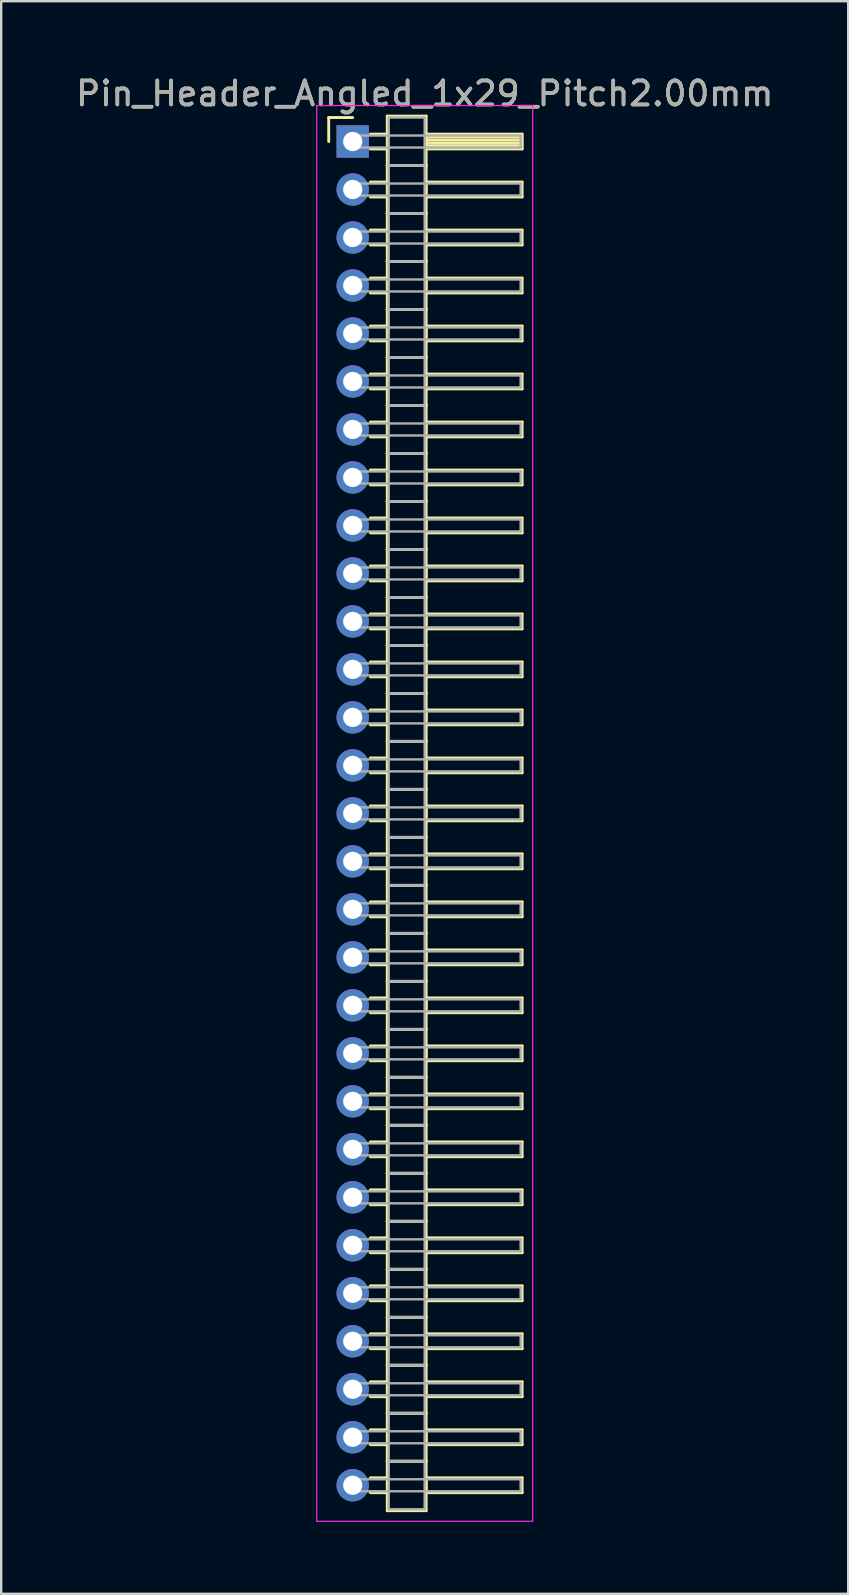
<source format=kicad_pcb>
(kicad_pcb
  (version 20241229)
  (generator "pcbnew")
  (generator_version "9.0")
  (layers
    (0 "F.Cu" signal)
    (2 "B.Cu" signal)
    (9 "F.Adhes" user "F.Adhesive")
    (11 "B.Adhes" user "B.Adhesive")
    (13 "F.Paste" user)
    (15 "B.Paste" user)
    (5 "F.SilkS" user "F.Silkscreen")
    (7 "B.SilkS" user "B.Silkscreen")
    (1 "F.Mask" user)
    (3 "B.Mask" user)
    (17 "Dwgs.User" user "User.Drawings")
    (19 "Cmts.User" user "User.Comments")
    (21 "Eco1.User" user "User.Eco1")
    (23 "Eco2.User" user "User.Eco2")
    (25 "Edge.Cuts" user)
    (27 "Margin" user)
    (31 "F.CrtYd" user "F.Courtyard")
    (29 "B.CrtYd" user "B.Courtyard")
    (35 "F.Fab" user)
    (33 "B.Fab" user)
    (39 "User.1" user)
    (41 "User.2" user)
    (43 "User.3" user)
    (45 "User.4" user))
  (footprint "Pin_Header_Angled_1x29_Pitch2.00mm"
    (layer "F.Cu")
    (at 11.649 2.848)
    (property "Reference" "Pin_Header_Angled_1x29_Pitch2.00mm" (at 3 -2 0) (layer "F.SilkS") (effects (font (size 1 1) (thickness 0.15))))
    (attr through_hole)
    (fp_line (start -1 -1) (end 0 -1) (stroke (width 0.12) (type solid)) (layer "F.SilkS"))
    (fp_line (start -1 0) (end -1 -1) (stroke (width 0.12) (type solid)) (layer "F.SilkS"))
    (fp_line (start 0.735 -0.31) (end 1.44 -0.31) (stroke (width 0.12) (type solid)) (layer "F.SilkS"))
    (fp_line (start 0.735 0.31) (end 1.44 0.31) (stroke (width 0.12) (type solid)) (layer "F.SilkS"))
    (fp_line (start 0.735 1.69) (end 1.44 1.69) (stroke (width 0.12) (type solid)) (layer "F.SilkS"))
    (fp_line (start 0.735 2.31) (end 1.44 2.31) (stroke (width 0.12) (type solid)) (layer "F.SilkS"))
    (fp_line (start 0.735 3.69) (end 1.44 3.69) (stroke (width 0.12) (type solid)) (layer "F.SilkS"))
    (fp_line (start 0.735 4.31) (end 1.44 4.31) (stroke (width 0.12) (type solid)) (layer "F.SilkS"))
    (fp_line (start 0.735 5.69) (end 1.44 5.69) (stroke (width 0.12) (type solid)) (layer "F.SilkS"))
    (fp_line (start 0.735 6.31) (end 1.44 6.31) (stroke (width 0.12) (type solid)) (layer "F.SilkS"))
    (fp_line (start 0.735 7.69) (end 1.44 7.69) (stroke (width 0.12) (type solid)) (layer "F.SilkS"))
    (fp_line (start 0.735 8.31) (end 1.44 8.31) (stroke (width 0.12) (type solid)) (layer "F.SilkS"))
    (fp_line (start 0.735 9.69) (end 1.44 9.69) (stroke (width 0.12) (type solid)) (layer "F.SilkS"))
    (fp_line (start 0.735 10.31) (end 1.44 10.31) (stroke (width 0.12) (type solid)) (layer "F.SilkS"))
    (fp_line (start 0.735 11.69) (end 1.44 11.69) (stroke (width 0.12) (type solid)) (layer "F.SilkS"))
    (fp_line (start 0.735 12.31) (end 1.44 12.31) (stroke (width 0.12) (type solid)) (layer "F.SilkS"))
    (fp_line (start 0.735 13.69) (end 1.44 13.69) (stroke (width 0.12) (type solid)) (layer "F.SilkS"))
    (fp_line (start 0.735 14.31) (end 1.44 14.31) (stroke (width 0.12) (type solid)) (layer "F.SilkS"))
    (fp_line (start 0.735 15.69) (end 1.44 15.69) (stroke (width 0.12) (type solid)) (layer "F.SilkS"))
    (fp_line (start 0.735 16.31) (end 1.44 16.31) (stroke (width 0.12) (type solid)) (layer "F.SilkS"))
    (fp_line (start 0.735 17.69) (end 1.44 17.69) (stroke (width 0.12) (type solid)) (layer "F.SilkS"))
    (fp_line (start 0.735 18.31) (end 1.44 18.31) (stroke (width 0.12) (type solid)) (layer "F.SilkS"))
    (fp_line (start 0.735 19.69) (end 1.44 19.69) (stroke (width 0.12) (type solid)) (layer "F.SilkS"))
    (fp_line (start 0.735 20.31) (end 1.44 20.31) (stroke (width 0.12) (type solid)) (layer "F.SilkS"))
    (fp_line (start 0.735 21.69) (end 1.44 21.69) (stroke (width 0.12) (type solid)) (layer "F.SilkS"))
    (fp_line (start 0.735 22.31) (end 1.44 22.31) (stroke (width 0.12) (type solid)) (layer "F.SilkS"))
    (fp_line (start 0.735 23.69) (end 1.44 23.69) (stroke (width 0.12) (type solid)) (layer "F.SilkS"))
    (fp_line (start 0.735 24.31) (end 1.44 24.31) (stroke (width 0.12) (type solid)) (layer "F.SilkS"))
    (fp_line (start 0.735 25.69) (end 1.44 25.69) (stroke (width 0.12) (type solid)) (layer "F.SilkS"))
    (fp_line (start 0.735 26.31) (end 1.44 26.31) (stroke (width 0.12) (type solid)) (layer "F.SilkS"))
    (fp_line (start 0.735 27.69) (end 1.44 27.69) (stroke (width 0.12) (type solid)) (layer "F.SilkS"))
    (fp_line (start 0.735 28.31) (end 1.44 28.31) (stroke (width 0.12) (type solid)) (layer "F.SilkS"))
    (fp_line (start 0.735 29.69) (end 1.44 29.69) (stroke (width 0.12) (type solid)) (layer "F.SilkS"))
    (fp_line (start 0.735 30.31) (end 1.44 30.31) (stroke (width 0.12) (type solid)) (layer "F.SilkS"))
    (fp_line (start 0.735 31.69) (end 1.44 31.69) (stroke (width 0.12) (type solid)) (layer "F.SilkS"))
    (fp_line (start 0.735 32.31) (end 1.44 32.31) (stroke (width 0.12) (type solid)) (layer "F.SilkS"))
    (fp_line (start 0.735 33.69) (end 1.44 33.69) (stroke (width 0.12) (type solid)) (layer "F.SilkS"))
    (fp_line (start 0.735 34.31) (end 1.44 34.31) (stroke (width 0.12) (type solid)) (layer "F.SilkS"))
    (fp_line (start 0.735 35.69) (end 1.44 35.69) (stroke (width 0.12) (type solid)) (layer "F.SilkS"))
    (fp_line (start 0.735 36.31) (end 1.44 36.31) (stroke (width 0.12) (type solid)) (layer "F.SilkS"))
    (fp_line (start 0.735 37.69) (end 1.44 37.69) (stroke (width 0.12) (type solid)) (layer "F.SilkS"))
    (fp_line (start 0.735 38.31) (end 1.44 38.31) (stroke (width 0.12) (type solid)) (layer "F.SilkS"))
    (fp_line (start 0.735 39.69) (end 1.44 39.69) (stroke (width 0.12) (type solid)) (layer "F.SilkS"))
    (fp_line (start 0.735 40.31) (end 1.44 40.31) (stroke (width 0.12) (type solid)) (layer "F.SilkS"))
    (fp_line (start 0.735 41.69) (end 1.44 41.69) (stroke (width 0.12) (type solid)) (layer "F.SilkS"))
    (fp_line (start 0.735 42.31) (end 1.44 42.31) (stroke (width 0.12) (type solid)) (layer "F.SilkS"))
    (fp_line (start 0.735 43.69) (end 1.44 43.69) (stroke (width 0.12) (type solid)) (layer "F.SilkS"))
    (fp_line (start 0.735 44.31) (end 1.44 44.31) (stroke (width 0.12) (type solid)) (layer "F.SilkS"))
    (fp_line (start 0.735 45.69) (end 1.44 45.69) (stroke (width 0.12) (type solid)) (layer "F.SilkS"))
    (fp_line (start 0.735 46.31) (end 1.44 46.31) (stroke (width 0.12) (type solid)) (layer "F.SilkS"))
    (fp_line (start 0.735 47.69) (end 1.44 47.69) (stroke (width 0.12) (type solid)) (layer "F.SilkS"))
    (fp_line (start 0.735 48.31) (end 1.44 48.31) (stroke (width 0.12) (type solid)) (layer "F.SilkS"))
    (fp_line (start 0.735 49.69) (end 1.44 49.69) (stroke (width 0.12) (type solid)) (layer "F.SilkS"))
    (fp_line (start 0.735 50.31) (end 1.44 50.31) (stroke (width 0.12) (type solid)) (layer "F.SilkS"))
    (fp_line (start 0.735 51.69) (end 1.44 51.69) (stroke (width 0.12) (type solid)) (layer "F.SilkS"))
    (fp_line (start 0.735 52.31) (end 1.44 52.31) (stroke (width 0.12) (type solid)) (layer "F.SilkS"))
    (fp_line (start 0.735 53.69) (end 1.44 53.69) (stroke (width 0.12) (type solid)) (layer "F.SilkS"))
    (fp_line (start 0.735 54.31) (end 1.44 54.31) (stroke (width 0.12) (type solid)) (layer "F.SilkS"))
    (fp_line (start 0.735 55.69) (end 1.44 55.69) (stroke (width 0.12) (type solid)) (layer "F.SilkS"))
    (fp_line (start 0.735 56.31) (end 1.44 56.31) (stroke (width 0.12) (type solid)) (layer "F.SilkS"))
    (fp_line (start 1.44 -1.06) (end 1.44 1) (stroke (width 0.12) (type solid)) (layer "F.SilkS"))
    (fp_line (start 1.44 1) (end 1.44 3) (stroke (width 0.12) (type solid)) (layer "F.SilkS"))
    (fp_line (start 1.44 1) (end 3.06 1) (stroke (width 0.12) (type solid)) (layer "F.SilkS"))
    (fp_line (start 1.44 3) (end 1.44 5) (stroke (width 0.12) (type solid)) (layer "F.SilkS"))
    (fp_line (start 1.44 3) (end 3.06 3) (stroke (width 0.12) (type solid)) (layer "F.SilkS"))
    (fp_line (start 1.44 5) (end 1.44 7) (stroke (width 0.12) (type solid)) (layer "F.SilkS"))
    (fp_line (start 1.44 5) (end 3.06 5) (stroke (width 0.12) (type solid)) (layer "F.SilkS"))
    (fp_line (start 1.44 7) (end 1.44 9) (stroke (width 0.12) (type solid)) (layer "F.SilkS"))
    (fp_line (start 1.44 7) (end 3.06 7) (stroke (width 0.12) (type solid)) (layer "F.SilkS"))
    (fp_line (start 1.44 9) (end 1.44 11) (stroke (width 0.12) (type solid)) (layer "F.SilkS"))
    (fp_line (start 1.44 9) (end 3.06 9) (stroke (width 0.12) (type solid)) (layer "F.SilkS"))
    (fp_line (start 1.44 11) (end 1.44 13) (stroke (width 0.12) (type solid)) (layer "F.SilkS"))
    (fp_line (start 1.44 11) (end 3.06 11) (stroke (width 0.12) (type solid)) (layer "F.SilkS"))
    (fp_line (start 1.44 13) (end 1.44 15) (stroke (width 0.12) (type solid)) (layer "F.SilkS"))
    (fp_line (start 1.44 13) (end 3.06 13) (stroke (width 0.12) (type solid)) (layer "F.SilkS"))
    (fp_line (start 1.44 15) (end 1.44 17) (stroke (width 0.12) (type solid)) (layer "F.SilkS"))
    (fp_line (start 1.44 15) (end 3.06 15) (stroke (width 0.12) (type solid)) (layer "F.SilkS"))
    (fp_line (start 1.44 17) (end 1.44 19) (stroke (width 0.12) (type solid)) (layer "F.SilkS"))
    (fp_line (start 1.44 17) (end 3.06 17) (stroke (width 0.12) (type solid)) (layer "F.SilkS"))
    (fp_line (start 1.44 19) (end 1.44 21) (stroke (width 0.12) (type solid)) (layer "F.SilkS"))
    (fp_line (start 1.44 19) (end 3.06 19) (stroke (width 0.12) (type solid)) (layer "F.SilkS"))
    (fp_line (start 1.44 21) (end 1.44 23) (stroke (width 0.12) (type solid)) (layer "F.SilkS"))
    (fp_line (start 1.44 21) (end 3.06 21) (stroke (width 0.12) (type solid)) (layer "F.SilkS"))
    (fp_line (start 1.44 23) (end 1.44 25) (stroke (width 0.12) (type solid)) (layer "F.SilkS"))
    (fp_line (start 1.44 23) (end 3.06 23) (stroke (width 0.12) (type solid)) (layer "F.SilkS"))
    (fp_line (start 1.44 25) (end 1.44 27) (stroke (width 0.12) (type solid)) (layer "F.SilkS"))
    (fp_line (start 1.44 25) (end 3.06 25) (stroke (width 0.12) (type solid)) (layer "F.SilkS"))
    (fp_line (start 1.44 27) (end 1.44 29) (stroke (width 0.12) (type solid)) (layer "F.SilkS"))
    (fp_line (start 1.44 27) (end 3.06 27) (stroke (width 0.12) (type solid)) (layer "F.SilkS"))
    (fp_line (start 1.44 29) (end 1.44 31) (stroke (width 0.12) (type solid)) (layer "F.SilkS"))
    (fp_line (start 1.44 29) (end 3.06 29) (stroke (width 0.12) (type solid)) (layer "F.SilkS"))
    (fp_line (start 1.44 31) (end 1.44 33) (stroke (width 0.12) (type solid)) (layer "F.SilkS"))
    (fp_line (start 1.44 31) (end 3.06 31) (stroke (width 0.12) (type solid)) (layer "F.SilkS"))
    (fp_line (start 1.44 33) (end 1.44 35) (stroke (width 0.12) (type solid)) (layer "F.SilkS"))
    (fp_line (start 1.44 33) (end 3.06 33) (stroke (width 0.12) (type solid)) (layer "F.SilkS"))
    (fp_line (start 1.44 35) (end 1.44 37) (stroke (width 0.12) (type solid)) (layer "F.SilkS"))
    (fp_line (start 1.44 35) (end 3.06 35) (stroke (width 0.12) (type solid)) (layer "F.SilkS"))
    (fp_line (start 1.44 37) (end 1.44 39) (stroke (width 0.12) (type solid)) (layer "F.SilkS"))
    (fp_line (start 1.44 37) (end 3.06 37) (stroke (width 0.12) (type solid)) (layer "F.SilkS"))
    (fp_line (start 1.44 39) (end 1.44 41) (stroke (width 0.12) (type solid)) (layer "F.SilkS"))
    (fp_line (start 1.44 39) (end 3.06 39) (stroke (width 0.12) (type solid)) (layer "F.SilkS"))
    (fp_line (start 1.44 41) (end 1.44 43) (stroke (width 0.12) (type solid)) (layer "F.SilkS"))
    (fp_line (start 1.44 41) (end 3.06 41) (stroke (width 0.12) (type solid)) (layer "F.SilkS"))
    (fp_line (start 1.44 43) (end 1.44 45) (stroke (width 0.12) (type solid)) (layer "F.SilkS"))
    (fp_line (start 1.44 43) (end 3.06 43) (stroke (width 0.12) (type solid)) (layer "F.SilkS"))
    (fp_line (start 1.44 45) (end 1.44 47) (stroke (width 0.12) (type solid)) (layer "F.SilkS"))
    (fp_line (start 1.44 45) (end 3.06 45) (stroke (width 0.12) (type solid)) (layer "F.SilkS"))
    (fp_line (start 1.44 47) (end 1.44 49) (stroke (width 0.12) (type solid)) (layer "F.SilkS"))
    (fp_line (start 1.44 47) (end 3.06 47) (stroke (width 0.12) (type solid)) (layer "F.SilkS"))
    (fp_line (start 1.44 49) (end 1.44 51) (stroke (width 0.12) (type solid)) (layer "F.SilkS"))
    (fp_line (start 1.44 49) (end 3.06 49) (stroke (width 0.12) (type solid)) (layer "F.SilkS"))
    (fp_line (start 1.44 51) (end 1.44 53) (stroke (width 0.12) (type solid)) (layer "F.SilkS"))
    (fp_line (start 1.44 51) (end 3.06 51) (stroke (width 0.12) (type solid)) (layer "F.SilkS"))
    (fp_line (start 1.44 53) (end 1.44 55) (stroke (width 0.12) (type solid)) (layer "F.SilkS"))
    (fp_line (start 1.44 53) (end 3.06 53) (stroke (width 0.12) (type solid)) (layer "F.SilkS"))
    (fp_line (start 1.44 55) (end 1.44 57.06) (stroke (width 0.12) (type solid)) (layer "F.SilkS"))
    (fp_line (start 1.44 55) (end 3.06 55) (stroke (width 0.12) (type solid)) (layer "F.SilkS"))
    (fp_line (start 1.44 57.06) (end 3.06 57.06) (stroke (width 0.12) (type solid)) (layer "F.SilkS"))
    (fp_line (start 3.06 -1.06) (end 1.44 -1.06) (stroke (width 0.12) (type solid)) (layer "F.SilkS"))
    (fp_line (start 3.06 -0.31) (end 3.06 0.31) (stroke (width 0.12) (type solid)) (layer "F.SilkS"))
    (fp_line (start 3.06 -0.19) (end 7.06 -0.19) (stroke (width 0.12) (type solid)) (layer "F.SilkS"))
    (fp_line (start 3.06 -0.07) (end 7.06 -0.07) (stroke (width 0.12) (type solid)) (layer "F.SilkS"))
    (fp_line (start 3.06 0.05) (end 7.06 0.05) (stroke (width 0.12) (type solid)) (layer "F.SilkS"))
    (fp_line (start 3.06 0.17) (end 7.06 0.17) (stroke (width 0.12) (type solid)) (layer "F.SilkS"))
    (fp_line (start 3.06 0.29) (end 7.06 0.29) (stroke (width 0.12) (type solid)) (layer "F.SilkS"))
    (fp_line (start 3.06 0.31) (end 7.06 0.31) (stroke (width 0.12) (type solid)) (layer "F.SilkS"))
    (fp_line (start 3.06 1) (end 1.44 1) (stroke (width 0.12) (type solid)) (layer "F.SilkS"))
    (fp_line (start 3.06 1) (end 3.06 -1.06) (stroke (width 0.12) (type solid)) (layer "F.SilkS"))
    (fp_line (start 3.06 1.69) (end 3.06 2.31) (stroke (width 0.12) (type solid)) (layer "F.SilkS"))
    (fp_line (start 3.06 2.31) (end 7.06 2.31) (stroke (width 0.12) (type solid)) (layer "F.SilkS"))
    (fp_line (start 3.06 3) (end 1.44 3) (stroke (width 0.12) (type solid)) (layer "F.SilkS"))
    (fp_line (start 3.06 3) (end 3.06 1) (stroke (width 0.12) (type solid)) (layer "F.SilkS"))
    (fp_line (start 3.06 3.69) (end 3.06 4.31) (stroke (width 0.12) (type solid)) (layer "F.SilkS"))
    (fp_line (start 3.06 4.31) (end 7.06 4.31) (stroke (width 0.12) (type solid)) (layer "F.SilkS"))
    (fp_line (start 3.06 5) (end 1.44 5) (stroke (width 0.12) (type solid)) (layer "F.SilkS"))
    (fp_line (start 3.06 5) (end 3.06 3) (stroke (width 0.12) (type solid)) (layer "F.SilkS"))
    (fp_line (start 3.06 5.69) (end 3.06 6.31) (stroke (width 0.12) (type solid)) (layer "F.SilkS"))
    (fp_line (start 3.06 6.31) (end 7.06 6.31) (stroke (width 0.12) (type solid)) (layer "F.SilkS"))
    (fp_line (start 3.06 7) (end 1.44 7) (stroke (width 0.12) (type solid)) (layer "F.SilkS"))
    (fp_line (start 3.06 7) (end 3.06 5) (stroke (width 0.12) (type solid)) (layer "F.SilkS"))
    (fp_line (start 3.06 7.69) (end 3.06 8.31) (stroke (width 0.12) (type solid)) (layer "F.SilkS"))
    (fp_line (start 3.06 8.31) (end 7.06 8.31) (stroke (width 0.12) (type solid)) (layer "F.SilkS"))
    (fp_line (start 3.06 9) (end 1.44 9) (stroke (width 0.12) (type solid)) (layer "F.SilkS"))
    (fp_line (start 3.06 9) (end 3.06 7) (stroke (width 0.12) (type solid)) (layer "F.SilkS"))
    (fp_line (start 3.06 9.69) (end 3.06 10.31) (stroke (width 0.12) (type solid)) (layer "F.SilkS"))
    (fp_line (start 3.06 10.31) (end 7.06 10.31) (stroke (width 0.12) (type solid)) (layer "F.SilkS"))
    (fp_line (start 3.06 11) (end 1.44 11) (stroke (width 0.12) (type solid)) (layer "F.SilkS"))
    (fp_line (start 3.06 11) (end 3.06 9) (stroke (width 0.12) (type solid)) (layer "F.SilkS"))
    (fp_line (start 3.06 11.69) (end 3.06 12.31) (stroke (width 0.12) (type solid)) (layer "F.SilkS"))
    (fp_line (start 3.06 12.31) (end 7.06 12.31) (stroke (width 0.12) (type solid)) (layer "F.SilkS"))
    (fp_line (start 3.06 13) (end 1.44 13) (stroke (width 0.12) (type solid)) (layer "F.SilkS"))
    (fp_line (start 3.06 13) (end 3.06 11) (stroke (width 0.12) (type solid)) (layer "F.SilkS"))
    (fp_line (start 3.06 13.69) (end 3.06 14.31) (stroke (width 0.12) (type solid)) (layer "F.SilkS"))
    (fp_line (start 3.06 14.31) (end 7.06 14.31) (stroke (width 0.12) (type solid)) (layer "F.SilkS"))
    (fp_line (start 3.06 15) (end 1.44 15) (stroke (width 0.12) (type solid)) (layer "F.SilkS"))
    (fp_line (start 3.06 15) (end 3.06 13) (stroke (width 0.12) (type solid)) (layer "F.SilkS"))
    (fp_line (start 3.06 15.69) (end 3.06 16.31) (stroke (width 0.12) (type solid)) (layer "F.SilkS"))
    (fp_line (start 3.06 16.31) (end 7.06 16.31) (stroke (width 0.12) (type solid)) (layer "F.SilkS"))
    (fp_line (start 3.06 17) (end 1.44 17) (stroke (width 0.12) (type solid)) (layer "F.SilkS"))
    (fp_line (start 3.06 17) (end 3.06 15) (stroke (width 0.12) (type solid)) (layer "F.SilkS"))
    (fp_line (start 3.06 17.69) (end 3.06 18.31) (stroke (width 0.12) (type solid)) (layer "F.SilkS"))
    (fp_line (start 3.06 18.31) (end 7.06 18.31) (stroke (width 0.12) (type solid)) (layer "F.SilkS"))
    (fp_line (start 3.06 19) (end 1.44 19) (stroke (width 0.12) (type solid)) (layer "F.SilkS"))
    (fp_line (start 3.06 19) (end 3.06 17) (stroke (width 0.12) (type solid)) (layer "F.SilkS"))
    (fp_line (start 3.06 19.69) (end 3.06 20.31) (stroke (width 0.12) (type solid)) (layer "F.SilkS"))
    (fp_line (start 3.06 20.31) (end 7.06 20.31) (stroke (width 0.12) (type solid)) (layer "F.SilkS"))
    (fp_line (start 3.06 21) (end 1.44 21) (stroke (width 0.12) (type solid)) (layer "F.SilkS"))
    (fp_line (start 3.06 21) (end 3.06 19) (stroke (width 0.12) (type solid)) (layer "F.SilkS"))
    (fp_line (start 3.06 21.69) (end 3.06 22.31) (stroke (width 0.12) (type solid)) (layer "F.SilkS"))
    (fp_line (start 3.06 22.31) (end 7.06 22.31) (stroke (width 0.12) (type solid)) (layer "F.SilkS"))
    (fp_line (start 3.06 23) (end 1.44 23) (stroke (width 0.12) (type solid)) (layer "F.SilkS"))
    (fp_line (start 3.06 23) (end 3.06 21) (stroke (width 0.12) (type solid)) (layer "F.SilkS"))
    (fp_line (start 3.06 23.69) (end 3.06 24.31) (stroke (width 0.12) (type solid)) (layer "F.SilkS"))
    (fp_line (start 3.06 24.31) (end 7.06 24.31) (stroke (width 0.12) (type solid)) (layer "F.SilkS"))
    (fp_line (start 3.06 25) (end 1.44 25) (stroke (width 0.12) (type solid)) (layer "F.SilkS"))
    (fp_line (start 3.06 25) (end 3.06 23) (stroke (width 0.12) (type solid)) (layer "F.SilkS"))
    (fp_line (start 3.06 25.69) (end 3.06 26.31) (stroke (width 0.12) (type solid)) (layer "F.SilkS"))
    (fp_line (start 3.06 26.31) (end 7.06 26.31) (stroke (width 0.12) (type solid)) (layer "F.SilkS"))
    (fp_line (start 3.06 27) (end 1.44 27) (stroke (width 0.12) (type solid)) (layer "F.SilkS"))
    (fp_line (start 3.06 27) (end 3.06 25) (stroke (width 0.12) (type solid)) (layer "F.SilkS"))
    (fp_line (start 3.06 27.69) (end 3.06 28.31) (stroke (width 0.12) (type solid)) (layer "F.SilkS"))
    (fp_line (start 3.06 28.31) (end 7.06 28.31) (stroke (width 0.12) (type solid)) (layer "F.SilkS"))
    (fp_line (start 3.06 29) (end 1.44 29) (stroke (width 0.12) (type solid)) (layer "F.SilkS"))
    (fp_line (start 3.06 29) (end 3.06 27) (stroke (width 0.12) (type solid)) (layer "F.SilkS"))
    (fp_line (start 3.06 29.69) (end 3.06 30.31) (stroke (width 0.12) (type solid)) (layer "F.SilkS"))
    (fp_line (start 3.06 30.31) (end 7.06 30.31) (stroke (width 0.12) (type solid)) (layer "F.SilkS"))
    (fp_line (start 3.06 31) (end 1.44 31) (stroke (width 0.12) (type solid)) (layer "F.SilkS"))
    (fp_line (start 3.06 31) (end 3.06 29) (stroke (width 0.12) (type solid)) (layer "F.SilkS"))
    (fp_line (start 3.06 31.69) (end 3.06 32.31) (stroke (width 0.12) (type solid)) (layer "F.SilkS"))
    (fp_line (start 3.06 32.31) (end 7.06 32.31) (stroke (width 0.12) (type solid)) (layer "F.SilkS"))
    (fp_line (start 3.06 33) (end 1.44 33) (stroke (width 0.12) (type solid)) (layer "F.SilkS"))
    (fp_line (start 3.06 33) (end 3.06 31) (stroke (width 0.12) (type solid)) (layer "F.SilkS"))
    (fp_line (start 3.06 33.69) (end 3.06 34.31) (stroke (width 0.12) (type solid)) (layer "F.SilkS"))
    (fp_line (start 3.06 34.31) (end 7.06 34.31) (stroke (width 0.12) (type solid)) (layer "F.SilkS"))
    (fp_line (start 3.06 35) (end 1.44 35) (stroke (width 0.12) (type solid)) (layer "F.SilkS"))
    (fp_line (start 3.06 35) (end 3.06 33) (stroke (width 0.12) (type solid)) (layer "F.SilkS"))
    (fp_line (start 3.06 35.69) (end 3.06 36.31) (stroke (width 0.12) (type solid)) (layer "F.SilkS"))
    (fp_line (start 3.06 36.31) (end 7.06 36.31) (stroke (width 0.12) (type solid)) (layer "F.SilkS"))
    (fp_line (start 3.06 37) (end 1.44 37) (stroke (width 0.12) (type solid)) (layer "F.SilkS"))
    (fp_line (start 3.06 37) (end 3.06 35) (stroke (width 0.12) (type solid)) (layer "F.SilkS"))
    (fp_line (start 3.06 37.69) (end 3.06 38.31) (stroke (width 0.12) (type solid)) (layer "F.SilkS"))
    (fp_line (start 3.06 38.31) (end 7.06 38.31) (stroke (width 0.12) (type solid)) (layer "F.SilkS"))
    (fp_line (start 3.06 39) (end 1.44 39) (stroke (width 0.12) (type solid)) (layer "F.SilkS"))
    (fp_line (start 3.06 39) (end 3.06 37) (stroke (width 0.12) (type solid)) (layer "F.SilkS"))
    (fp_line (start 3.06 39.69) (end 3.06 40.31) (stroke (width 0.12) (type solid)) (layer "F.SilkS"))
    (fp_line (start 3.06 40.31) (end 7.06 40.31) (stroke (width 0.12) (type solid)) (layer "F.SilkS"))
    (fp_line (start 3.06 41) (end 1.44 41) (stroke (width 0.12) (type solid)) (layer "F.SilkS"))
    (fp_line (start 3.06 41) (end 3.06 39) (stroke (width 0.12) (type solid)) (layer "F.SilkS"))
    (fp_line (start 3.06 41.69) (end 3.06 42.31) (stroke (width 0.12) (type solid)) (layer "F.SilkS"))
    (fp_line (start 3.06 42.31) (end 7.06 42.31) (stroke (width 0.12) (type solid)) (layer "F.SilkS"))
    (fp_line (start 3.06 43) (end 1.44 43) (stroke (width 0.12) (type solid)) (layer "F.SilkS"))
    (fp_line (start 3.06 43) (end 3.06 41) (stroke (width 0.12) (type solid)) (layer "F.SilkS"))
    (fp_line (start 3.06 43.69) (end 3.06 44.31) (stroke (width 0.12) (type solid)) (layer "F.SilkS"))
    (fp_line (start 3.06 44.31) (end 7.06 44.31) (stroke (width 0.12) (type solid)) (layer "F.SilkS"))
    (fp_line (start 3.06 45) (end 1.44 45) (stroke (width 0.12) (type solid)) (layer "F.SilkS"))
    (fp_line (start 3.06 45) (end 3.06 43) (stroke (width 0.12) (type solid)) (layer "F.SilkS"))
    (fp_line (start 3.06 45.69) (end 3.06 46.31) (stroke (width 0.12) (type solid)) (layer "F.SilkS"))
    (fp_line (start 3.06 46.31) (end 7.06 46.31) (stroke (width 0.12) (type solid)) (layer "F.SilkS"))
    (fp_line (start 3.06 47) (end 1.44 47) (stroke (width 0.12) (type solid)) (layer "F.SilkS"))
    (fp_line (start 3.06 47) (end 3.06 45) (stroke (width 0.12) (type solid)) (layer "F.SilkS"))
    (fp_line (start 3.06 47.69) (end 3.06 48.31) (stroke (width 0.12) (type solid)) (layer "F.SilkS"))
    (fp_line (start 3.06 48.31) (end 7.06 48.31) (stroke (width 0.12) (type solid)) (layer "F.SilkS"))
    (fp_line (start 3.06 49) (end 1.44 49) (stroke (width 0.12) (type solid)) (layer "F.SilkS"))
    (fp_line (start 3.06 49) (end 3.06 47) (stroke (width 0.12) (type solid)) (layer "F.SilkS"))
    (fp_line (start 3.06 49.69) (end 3.06 50.31) (stroke (width 0.12) (type solid)) (layer "F.SilkS"))
    (fp_line (start 3.06 50.31) (end 7.06 50.31) (stroke (width 0.12) (type solid)) (layer "F.SilkS"))
    (fp_line (start 3.06 51) (end 1.44 51) (stroke (width 0.12) (type solid)) (layer "F.SilkS"))
    (fp_line (start 3.06 51) (end 3.06 49) (stroke (width 0.12) (type solid)) (layer "F.SilkS"))
    (fp_line (start 3.06 51.69) (end 3.06 52.31) (stroke (width 0.12) (type solid)) (layer "F.SilkS"))
    (fp_line (start 3.06 52.31) (end 7.06 52.31) (stroke (width 0.12) (type solid)) (layer "F.SilkS"))
    (fp_line (start 3.06 53) (end 1.44 53) (stroke (width 0.12) (type solid)) (layer "F.SilkS"))
    (fp_line (start 3.06 53) (end 3.06 51) (stroke (width 0.12) (type solid)) (layer "F.SilkS"))
    (fp_line (start 3.06 53.69) (end 3.06 54.31) (stroke (width 0.12) (type solid)) (layer "F.SilkS"))
    (fp_line (start 3.06 54.31) (end 7.06 54.31) (stroke (width 0.12) (type solid)) (layer "F.SilkS"))
    (fp_line (start 3.06 55) (end 1.44 55) (stroke (width 0.12) (type solid)) (layer "F.SilkS"))
    (fp_line (start 3.06 55) (end 3.06 53) (stroke (width 0.12) (type solid)) (layer "F.SilkS"))
    (fp_line (start 3.06 55.69) (end 3.06 56.31) (stroke (width 0.12) (type solid)) (layer "F.SilkS"))
    (fp_line (start 3.06 56.31) (end 7.06 56.31) (stroke (width 0.12) (type solid)) (layer "F.SilkS"))
    (fp_line (start 3.06 57.06) (end 3.06 55) (stroke (width 0.12) (type solid)) (layer "F.SilkS"))
    (fp_line (start 7.06 -0.31) (end 3.06 -0.31) (stroke (width 0.12) (type solid)) (layer "F.SilkS"))
    (fp_line (start 7.06 0.31) (end 7.06 -0.31) (stroke (width 0.12) (type solid)) (layer "F.SilkS"))
    (fp_line (start 7.06 1.69) (end 3.06 1.69) (stroke (width 0.12) (type solid)) (layer "F.SilkS"))
    (fp_line (start 7.06 2.31) (end 7.06 1.69) (stroke (width 0.12) (type solid)) (layer "F.SilkS"))
    (fp_line (start 7.06 3.69) (end 3.06 3.69) (stroke (width 0.12) (type solid)) (layer "F.SilkS"))
    (fp_line (start 7.06 4.31) (end 7.06 3.69) (stroke (width 0.12) (type solid)) (layer "F.SilkS"))
    (fp_line (start 7.06 5.69) (end 3.06 5.69) (stroke (width 0.12) (type solid)) (layer "F.SilkS"))
    (fp_line (start 7.06 6.31) (end 7.06 5.69) (stroke (width 0.12) (type solid)) (layer "F.SilkS"))
    (fp_line (start 7.06 7.69) (end 3.06 7.69) (stroke (width 0.12) (type solid)) (layer "F.SilkS"))
    (fp_line (start 7.06 8.31) (end 7.06 7.69) (stroke (width 0.12) (type solid)) (layer "F.SilkS"))
    (fp_line (start 7.06 9.69) (end 3.06 9.69) (stroke (width 0.12) (type solid)) (layer "F.SilkS"))
    (fp_line (start 7.06 10.31) (end 7.06 9.69) (stroke (width 0.12) (type solid)) (layer "F.SilkS"))
    (fp_line (start 7.06 11.69) (end 3.06 11.69) (stroke (width 0.12) (type solid)) (layer "F.SilkS"))
    (fp_line (start 7.06 12.31) (end 7.06 11.69) (stroke (width 0.12) (type solid)) (layer "F.SilkS"))
    (fp_line (start 7.06 13.69) (end 3.06 13.69) (stroke (width 0.12) (type solid)) (layer "F.SilkS"))
    (fp_line (start 7.06 14.31) (end 7.06 13.69) (stroke (width 0.12) (type solid)) (layer "F.SilkS"))
    (fp_line (start 7.06 15.69) (end 3.06 15.69) (stroke (width 0.12) (type solid)) (layer "F.SilkS"))
    (fp_line (start 7.06 16.31) (end 7.06 15.69) (stroke (width 0.12) (type solid)) (layer "F.SilkS"))
    (fp_line (start 7.06 17.69) (end 3.06 17.69) (stroke (width 0.12) (type solid)) (layer "F.SilkS"))
    (fp_line (start 7.06 18.31) (end 7.06 17.69) (stroke (width 0.12) (type solid)) (layer "F.SilkS"))
    (fp_line (start 7.06 19.69) (end 3.06 19.69) (stroke (width 0.12) (type solid)) (layer "F.SilkS"))
    (fp_line (start 7.06 20.31) (end 7.06 19.69) (stroke (width 0.12) (type solid)) (layer "F.SilkS"))
    (fp_line (start 7.06 21.69) (end 3.06 21.69) (stroke (width 0.12) (type solid)) (layer "F.SilkS"))
    (fp_line (start 7.06 22.31) (end 7.06 21.69) (stroke (width 0.12) (type solid)) (layer "F.SilkS"))
    (fp_line (start 7.06 23.69) (end 3.06 23.69) (stroke (width 0.12) (type solid)) (layer "F.SilkS"))
    (fp_line (start 7.06 24.31) (end 7.06 23.69) (stroke (width 0.12) (type solid)) (layer "F.SilkS"))
    (fp_line (start 7.06 25.69) (end 3.06 25.69) (stroke (width 0.12) (type solid)) (layer "F.SilkS"))
    (fp_line (start 7.06 26.31) (end 7.06 25.69) (stroke (width 0.12) (type solid)) (layer "F.SilkS"))
    (fp_line (start 7.06 27.69) (end 3.06 27.69) (stroke (width 0.12) (type solid)) (layer "F.SilkS"))
    (fp_line (start 7.06 28.31) (end 7.06 27.69) (stroke (width 0.12) (type solid)) (layer "F.SilkS"))
    (fp_line (start 7.06 29.69) (end 3.06 29.69) (stroke (width 0.12) (type solid)) (layer "F.SilkS"))
    (fp_line (start 7.06 30.31) (end 7.06 29.69) (stroke (width 0.12) (type solid)) (layer "F.SilkS"))
    (fp_line (start 7.06 31.69) (end 3.06 31.69) (stroke (width 0.12) (type solid)) (layer "F.SilkS"))
    (fp_line (start 7.06 32.31) (end 7.06 31.69) (stroke (width 0.12) (type solid)) (layer "F.SilkS"))
    (fp_line (start 7.06 33.69) (end 3.06 33.69) (stroke (width 0.12) (type solid)) (layer "F.SilkS"))
    (fp_line (start 7.06 34.31) (end 7.06 33.69) (stroke (width 0.12) (type solid)) (layer "F.SilkS"))
    (fp_line (start 7.06 35.69) (end 3.06 35.69) (stroke (width 0.12) (type solid)) (layer "F.SilkS"))
    (fp_line (start 7.06 36.31) (end 7.06 35.69) (stroke (width 0.12) (type solid)) (layer "F.SilkS"))
    (fp_line (start 7.06 37.69) (end 3.06 37.69) (stroke (width 0.12) (type solid)) (layer "F.SilkS"))
    (fp_line (start 7.06 38.31) (end 7.06 37.69) (stroke (width 0.12) (type solid)) (layer "F.SilkS"))
    (fp_line (start 7.06 39.69) (end 3.06 39.69) (stroke (width 0.12) (type solid)) (layer "F.SilkS"))
    (fp_line (start 7.06 40.31) (end 7.06 39.69) (stroke (width 0.12) (type solid)) (layer "F.SilkS"))
    (fp_line (start 7.06 41.69) (end 3.06 41.69) (stroke (width 0.12) (type solid)) (layer "F.SilkS"))
    (fp_line (start 7.06 42.31) (end 7.06 41.69) (stroke (width 0.12) (type solid)) (layer "F.SilkS"))
    (fp_line (start 7.06 43.69) (end 3.06 43.69) (stroke (width 0.12) (type solid)) (layer "F.SilkS"))
    (fp_line (start 7.06 44.31) (end 7.06 43.69) (stroke (width 0.12) (type solid)) (layer "F.SilkS"))
    (fp_line (start 7.06 45.69) (end 3.06 45.69) (stroke (width 0.12) (type solid)) (layer "F.SilkS"))
    (fp_line (start 7.06 46.31) (end 7.06 45.69) (stroke (width 0.12) (type solid)) (layer "F.SilkS"))
    (fp_line (start 7.06 47.69) (end 3.06 47.69) (stroke (width 0.12) (type solid)) (layer "F.SilkS"))
    (fp_line (start 7.06 48.31) (end 7.06 47.69) (stroke (width 0.12) (type solid)) (layer "F.SilkS"))
    (fp_line (start 7.06 49.69) (end 3.06 49.69) (stroke (width 0.12) (type solid)) (layer "F.SilkS"))
    (fp_line (start 7.06 50.31) (end 7.06 49.69) (stroke (width 0.12) (type solid)) (layer "F.SilkS"))
    (fp_line (start 7.06 51.69) (end 3.06 51.69) (stroke (width 0.12) (type solid)) (layer "F.SilkS"))
    (fp_line (start 7.06 52.31) (end 7.06 51.69) (stroke (width 0.12) (type solid)) (layer "F.SilkS"))
    (fp_line (start 7.06 53.69) (end 3.06 53.69) (stroke (width 0.12) (type solid)) (layer "F.SilkS"))
    (fp_line (start 7.06 54.31) (end 7.06 53.69) (stroke (width 0.12) (type solid)) (layer "F.SilkS"))
    (fp_line (start 7.06 55.69) (end 3.06 55.69) (stroke (width 0.12) (type solid)) (layer "F.SilkS"))
    (fp_line (start 7.06 56.31) (end 7.06 55.69) (stroke (width 0.12) (type solid)) (layer "F.SilkS"))
    (fp_line (start -1.5 -1.5) (end -1.5 57.5) (stroke (width 0.05) (type solid)) (layer "F.CrtYd"))
    (fp_line (start -1.5 57.5) (end 7.5 57.5) (stroke (width 0.05) (type solid)) (layer "F.CrtYd"))
    (fp_line (start 7.5 -1.5) (end -1.5 -1.5) (stroke (width 0.05) (type solid)) (layer "F.CrtYd"))
    (fp_line (start 7.5 57.5) (end 7.5 -1.5) (stroke (width 0.05) (type solid)) (layer "F.CrtYd"))
    (fp_line (start 0 -0.25) (end 0 0.25) (stroke (width 0.1) (type solid)) (layer "F.Fab"))
    (fp_line (start 0 0.25) (end 7 0.25) (stroke (width 0.1) (type solid)) (layer "F.Fab"))
    (fp_line (start 0 1.75) (end 0 2.25) (stroke (width 0.1) (type solid)) (layer "F.Fab"))
    (fp_line (start 0 2.25) (end 7 2.25) (stroke (width 0.1) (type solid)) (layer "F.Fab"))
    (fp_line (start 0 3.75) (end 0 4.25) (stroke (width 0.1) (type solid)) (layer "F.Fab"))
    (fp_line (start 0 4.25) (end 7 4.25) (stroke (width 0.1) (type solid)) (layer "F.Fab"))
    (fp_line (start 0 5.75) (end 0 6.25) (stroke (width 0.1) (type solid)) (layer "F.Fab"))
    (fp_line (start 0 6.25) (end 7 6.25) (stroke (width 0.1) (type solid)) (layer "F.Fab"))
    (fp_line (start 0 7.75) (end 0 8.25) (stroke (width 0.1) (type solid)) (layer "F.Fab"))
    (fp_line (start 0 8.25) (end 7 8.25) (stroke (width 0.1) (type solid)) (layer "F.Fab"))
    (fp_line (start 0 9.75) (end 0 10.25) (stroke (width 0.1) (type solid)) (layer "F.Fab"))
    (fp_line (start 0 10.25) (end 7 10.25) (stroke (width 0.1) (type solid)) (layer "F.Fab"))
    (fp_line (start 0 11.75) (end 0 12.25) (stroke (width 0.1) (type solid)) (layer "F.Fab"))
    (fp_line (start 0 12.25) (end 7 12.25) (stroke (width 0.1) (type solid)) (layer "F.Fab"))
    (fp_line (start 0 13.75) (end 0 14.25) (stroke (width 0.1) (type solid)) (layer "F.Fab"))
    (fp_line (start 0 14.25) (end 7 14.25) (stroke (width 0.1) (type solid)) (layer "F.Fab"))
    (fp_line (start 0 15.75) (end 0 16.25) (stroke (width 0.1) (type solid)) (layer "F.Fab"))
    (fp_line (start 0 16.25) (end 7 16.25) (stroke (width 0.1) (type solid)) (layer "F.Fab"))
    (fp_line (start 0 17.75) (end 0 18.25) (stroke (width 0.1) (type solid)) (layer "F.Fab"))
    (fp_line (start 0 18.25) (end 7 18.25) (stroke (width 0.1) (type solid)) (layer "F.Fab"))
    (fp_line (start 0 19.75) (end 0 20.25) (stroke (width 0.1) (type solid)) (layer "F.Fab"))
    (fp_line (start 0 20.25) (end 7 20.25) (stroke (width 0.1) (type solid)) (layer "F.Fab"))
    (fp_line (start 0 21.75) (end 0 22.25) (stroke (width 0.1) (type solid)) (layer "F.Fab"))
    (fp_line (start 0 22.25) (end 7 22.25) (stroke (width 0.1) (type solid)) (layer "F.Fab"))
    (fp_line (start 0 23.75) (end 0 24.25) (stroke (width 0.1) (type solid)) (layer "F.Fab"))
    (fp_line (start 0 24.25) (end 7 24.25) (stroke (width 0.1) (type solid)) (layer "F.Fab"))
    (fp_line (start 0 25.75) (end 0 26.25) (stroke (width 0.1) (type solid)) (layer "F.Fab"))
    (fp_line (start 0 26.25) (end 7 26.25) (stroke (width 0.1) (type solid)) (layer "F.Fab"))
    (fp_line (start 0 27.75) (end 0 28.25) (stroke (width 0.1) (type solid)) (layer "F.Fab"))
    (fp_line (start 0 28.25) (end 7 28.25) (stroke (width 0.1) (type solid)) (layer "F.Fab"))
    (fp_line (start 0 29.75) (end 0 30.25) (stroke (width 0.1) (type solid)) (layer "F.Fab"))
    (fp_line (start 0 30.25) (end 7 30.25) (stroke (width 0.1) (type solid)) (layer "F.Fab"))
    (fp_line (start 0 31.75) (end 0 32.25) (stroke (width 0.1) (type solid)) (layer "F.Fab"))
    (fp_line (start 0 32.25) (end 7 32.25) (stroke (width 0.1) (type solid)) (layer "F.Fab"))
    (fp_line (start 0 33.75) (end 0 34.25) (stroke (width 0.1) (type solid)) (layer "F.Fab"))
    (fp_line (start 0 34.25) (end 7 34.25) (stroke (width 0.1) (type solid)) (layer "F.Fab"))
    (fp_line (start 0 35.75) (end 0 36.25) (stroke (width 0.1) (type solid)) (layer "F.Fab"))
    (fp_line (start 0 36.25) (end 7 36.25) (stroke (width 0.1) (type solid)) (layer "F.Fab"))
    (fp_line (start 0 37.75) (end 0 38.25) (stroke (width 0.1) (type solid)) (layer "F.Fab"))
    (fp_line (start 0 38.25) (end 7 38.25) (stroke (width 0.1) (type solid)) (layer "F.Fab"))
    (fp_line (start 0 39.75) (end 0 40.25) (stroke (width 0.1) (type solid)) (layer "F.Fab"))
    (fp_line (start 0 40.25) (end 7 40.25) (stroke (width 0.1) (type solid)) (layer "F.Fab"))
    (fp_line (start 0 41.75) (end 0 42.25) (stroke (width 0.1) (type solid)) (layer "F.Fab"))
    (fp_line (start 0 42.25) (end 7 42.25) (stroke (width 0.1) (type solid)) (layer "F.Fab"))
    (fp_line (start 0 43.75) (end 0 44.25) (stroke (width 0.1) (type solid)) (layer "F.Fab"))
    (fp_line (start 0 44.25) (end 7 44.25) (stroke (width 0.1) (type solid)) (layer "F.Fab"))
    (fp_line (start 0 45.75) (end 0 46.25) (stroke (width 0.1) (type solid)) (layer "F.Fab"))
    (fp_line (start 0 46.25) (end 7 46.25) (stroke (width 0.1) (type solid)) (layer "F.Fab"))
    (fp_line (start 0 47.75) (end 0 48.25) (stroke (width 0.1) (type solid)) (layer "F.Fab"))
    (fp_line (start 0 48.25) (end 7 48.25) (stroke (width 0.1) (type solid)) (layer "F.Fab"))
    (fp_line (start 0 49.75) (end 0 50.25) (stroke (width 0.1) (type solid)) (layer "F.Fab"))
    (fp_line (start 0 50.25) (end 7 50.25) (stroke (width 0.1) (type solid)) (layer "F.Fab"))
    (fp_line (start 0 51.75) (end 0 52.25) (stroke (width 0.1) (type solid)) (layer "F.Fab"))
    (fp_line (start 0 52.25) (end 7 52.25) (stroke (width 0.1) (type solid)) (layer "F.Fab"))
    (fp_line (start 0 53.75) (end 0 54.25) (stroke (width 0.1) (type solid)) (layer "F.Fab"))
    (fp_line (start 0 54.25) (end 7 54.25) (stroke (width 0.1) (type solid)) (layer "F.Fab"))
    (fp_line (start 0 55.75) (end 0 56.25) (stroke (width 0.1) (type solid)) (layer "F.Fab"))
    (fp_line (start 0 56.25) (end 7 56.25) (stroke (width 0.1) (type solid)) (layer "F.Fab"))
    (fp_line (start 1.5 -1) (end 1.5 1) (stroke (width 0.1) (type solid)) (layer "F.Fab"))
    (fp_line (start 1.5 1) (end 1.5 3) (stroke (width 0.1) (type solid)) (layer "F.Fab"))
    (fp_line (start 1.5 1) (end 3 1) (stroke (width 0.1) (type solid)) (layer "F.Fab"))
    (fp_line (start 1.5 3) (end 1.5 5) (stroke (width 0.1) (type solid)) (layer "F.Fab"))
    (fp_line (start 1.5 3) (end 3 3) (stroke (width 0.1) (type solid)) (layer "F.Fab"))
    (fp_line (start 1.5 5) (end 1.5 7) (stroke (width 0.1) (type solid)) (layer "F.Fab"))
    (fp_line (start 1.5 5) (end 3 5) (stroke (width 0.1) (type solid)) (layer "F.Fab"))
    (fp_line (start 1.5 7) (end 1.5 9) (stroke (width 0.1) (type solid)) (layer "F.Fab"))
    (fp_line (start 1.5 7) (end 3 7) (stroke (width 0.1) (type solid)) (layer "F.Fab"))
    (fp_line (start 1.5 9) (end 1.5 11) (stroke (width 0.1) (type solid)) (layer "F.Fab"))
    (fp_line (start 1.5 9) (end 3 9) (stroke (width 0.1) (type solid)) (layer "F.Fab"))
    (fp_line (start 1.5 11) (end 1.5 13) (stroke (width 0.1) (type solid)) (layer "F.Fab"))
    (fp_line (start 1.5 11) (end 3 11) (stroke (width 0.1) (type solid)) (layer "F.Fab"))
    (fp_line (start 1.5 13) (end 1.5 15) (stroke (width 0.1) (type solid)) (layer "F.Fab"))
    (fp_line (start 1.5 13) (end 3 13) (stroke (width 0.1) (type solid)) (layer "F.Fab"))
    (fp_line (start 1.5 15) (end 1.5 17) (stroke (width 0.1) (type solid)) (layer "F.Fab"))
    (fp_line (start 1.5 15) (end 3 15) (stroke (width 0.1) (type solid)) (layer "F.Fab"))
    (fp_line (start 1.5 17) (end 1.5 19) (stroke (width 0.1) (type solid)) (layer "F.Fab"))
    (fp_line (start 1.5 17) (end 3 17) (stroke (width 0.1) (type solid)) (layer "F.Fab"))
    (fp_line (start 1.5 19) (end 1.5 21) (stroke (width 0.1) (type solid)) (layer "F.Fab"))
    (fp_line (start 1.5 19) (end 3 19) (stroke (width 0.1) (type solid)) (layer "F.Fab"))
    (fp_line (start 1.5 21) (end 1.5 23) (stroke (width 0.1) (type solid)) (layer "F.Fab"))
    (fp_line (start 1.5 21) (end 3 21) (stroke (width 0.1) (type solid)) (layer "F.Fab"))
    (fp_line (start 1.5 23) (end 1.5 25) (stroke (width 0.1) (type solid)) (layer "F.Fab"))
    (fp_line (start 1.5 23) (end 3 23) (stroke (width 0.1) (type solid)) (layer "F.Fab"))
    (fp_line (start 1.5 25) (end 1.5 27) (stroke (width 0.1) (type solid)) (layer "F.Fab"))
    (fp_line (start 1.5 25) (end 3 25) (stroke (width 0.1) (type solid)) (layer "F.Fab"))
    (fp_line (start 1.5 27) (end 1.5 29) (stroke (width 0.1) (type solid)) (layer "F.Fab"))
    (fp_line (start 1.5 27) (end 3 27) (stroke (width 0.1) (type solid)) (layer "F.Fab"))
    (fp_line (start 1.5 29) (end 1.5 31) (stroke (width 0.1) (type solid)) (layer "F.Fab"))
    (fp_line (start 1.5 29) (end 3 29) (stroke (width 0.1) (type solid)) (layer "F.Fab"))
    (fp_line (start 1.5 31) (end 1.5 33) (stroke (width 0.1) (type solid)) (layer "F.Fab"))
    (fp_line (start 1.5 31) (end 3 31) (stroke (width 0.1) (type solid)) (layer "F.Fab"))
    (fp_line (start 1.5 33) (end 1.5 35) (stroke (width 0.1) (type solid)) (layer "F.Fab"))
    (fp_line (start 1.5 33) (end 3 33) (stroke (width 0.1) (type solid)) (layer "F.Fab"))
    (fp_line (start 1.5 35) (end 1.5 37) (stroke (width 0.1) (type solid)) (layer "F.Fab"))
    (fp_line (start 1.5 35) (end 3 35) (stroke (width 0.1) (type solid)) (layer "F.Fab"))
    (fp_line (start 1.5 37) (end 1.5 39) (stroke (width 0.1) (type solid)) (layer "F.Fab"))
    (fp_line (start 1.5 37) (end 3 37) (stroke (width 0.1) (type solid)) (layer "F.Fab"))
    (fp_line (start 1.5 39) (end 1.5 41) (stroke (width 0.1) (type solid)) (layer "F.Fab"))
    (fp_line (start 1.5 39) (end 3 39) (stroke (width 0.1) (type solid)) (layer "F.Fab"))
    (fp_line (start 1.5 41) (end 1.5 43) (stroke (width 0.1) (type solid)) (layer "F.Fab"))
    (fp_line (start 1.5 41) (end 3 41) (stroke (width 0.1) (type solid)) (layer "F.Fab"))
    (fp_line (start 1.5 43) (end 1.5 45) (stroke (width 0.1) (type solid)) (layer "F.Fab"))
    (fp_line (start 1.5 43) (end 3 43) (stroke (width 0.1) (type solid)) (layer "F.Fab"))
    (fp_line (start 1.5 45) (end 1.5 47) (stroke (width 0.1) (type solid)) (layer "F.Fab"))
    (fp_line (start 1.5 45) (end 3 45) (stroke (width 0.1) (type solid)) (layer "F.Fab"))
    (fp_line (start 1.5 47) (end 1.5 49) (stroke (width 0.1) (type solid)) (layer "F.Fab"))
    (fp_line (start 1.5 47) (end 3 47) (stroke (width 0.1) (type solid)) (layer "F.Fab"))
    (fp_line (start 1.5 49) (end 1.5 51) (stroke (width 0.1) (type solid)) (layer "F.Fab"))
    (fp_line (start 1.5 49) (end 3 49) (stroke (width 0.1) (type solid)) (layer "F.Fab"))
    (fp_line (start 1.5 51) (end 1.5 53) (stroke (width 0.1) (type solid)) (layer "F.Fab"))
    (fp_line (start 1.5 51) (end 3 51) (stroke (width 0.1) (type solid)) (layer "F.Fab"))
    (fp_line (start 1.5 53) (end 1.5 55) (stroke (width 0.1) (type solid)) (layer "F.Fab"))
    (fp_line (start 1.5 53) (end 3 53) (stroke (width 0.1) (type solid)) (layer "F.Fab"))
    (fp_line (start 1.5 55) (end 1.5 57) (stroke (width 0.1) (type solid)) (layer "F.Fab"))
    (fp_line (start 1.5 55) (end 3 55) (stroke (width 0.1) (type solid)) (layer "F.Fab"))
    (fp_line (start 1.5 57) (end 3 57) (stroke (width 0.1) (type solid)) (layer "F.Fab"))
    (fp_line (start 3 -1) (end 1.5 -1) (stroke (width 0.1) (type solid)) (layer "F.Fab"))
    (fp_line (start 3 1) (end 1.5 1) (stroke (width 0.1) (type solid)) (layer "F.Fab"))
    (fp_line (start 3 1) (end 3 -1) (stroke (width 0.1) (type solid)) (layer "F.Fab"))
    (fp_line (start 3 3) (end 1.5 3) (stroke (width 0.1) (type solid)) (layer "F.Fab"))
    (fp_line (start 3 3) (end 3 1) (stroke (width 0.1) (type solid)) (layer "F.Fab"))
    (fp_line (start 3 5) (end 1.5 5) (stroke (width 0.1) (type solid)) (layer "F.Fab"))
    (fp_line (start 3 5) (end 3 3) (stroke (width 0.1) (type solid)) (layer "F.Fab"))
    (fp_line (start 3 7) (end 1.5 7) (stroke (width 0.1) (type solid)) (layer "F.Fab"))
    (fp_line (start 3 7) (end 3 5) (stroke (width 0.1) (type solid)) (layer "F.Fab"))
    (fp_line (start 3 9) (end 1.5 9) (stroke (width 0.1) (type solid)) (layer "F.Fab"))
    (fp_line (start 3 9) (end 3 7) (stroke (width 0.1) (type solid)) (layer "F.Fab"))
    (fp_line (start 3 11) (end 1.5 11) (stroke (width 0.1) (type solid)) (layer "F.Fab"))
    (fp_line (start 3 11) (end 3 9) (stroke (width 0.1) (type solid)) (layer "F.Fab"))
    (fp_line (start 3 13) (end 1.5 13) (stroke (width 0.1) (type solid)) (layer "F.Fab"))
    (fp_line (start 3 13) (end 3 11) (stroke (width 0.1) (type solid)) (layer "F.Fab"))
    (fp_line (start 3 15) (end 1.5 15) (stroke (width 0.1) (type solid)) (layer "F.Fab"))
    (fp_line (start 3 15) (end 3 13) (stroke (width 0.1) (type solid)) (layer "F.Fab"))
    (fp_line (start 3 17) (end 1.5 17) (stroke (width 0.1) (type solid)) (layer "F.Fab"))
    (fp_line (start 3 17) (end 3 15) (stroke (width 0.1) (type solid)) (layer "F.Fab"))
    (fp_line (start 3 19) (end 1.5 19) (stroke (width 0.1) (type solid)) (layer "F.Fab"))
    (fp_line (start 3 19) (end 3 17) (stroke (width 0.1) (type solid)) (layer "F.Fab"))
    (fp_line (start 3 21) (end 1.5 21) (stroke (width 0.1) (type solid)) (layer "F.Fab"))
    (fp_line (start 3 21) (end 3 19) (stroke (width 0.1) (type solid)) (layer "F.Fab"))
    (fp_line (start 3 23) (end 1.5 23) (stroke (width 0.1) (type solid)) (layer "F.Fab"))
    (fp_line (start 3 23) (end 3 21) (stroke (width 0.1) (type solid)) (layer "F.Fab"))
    (fp_line (start 3 25) (end 1.5 25) (stroke (width 0.1) (type solid)) (layer "F.Fab"))
    (fp_line (start 3 25) (end 3 23) (stroke (width 0.1) (type solid)) (layer "F.Fab"))
    (fp_line (start 3 27) (end 1.5 27) (stroke (width 0.1) (type solid)) (layer "F.Fab"))
    (fp_line (start 3 27) (end 3 25) (stroke (width 0.1) (type solid)) (layer "F.Fab"))
    (fp_line (start 3 29) (end 1.5 29) (stroke (width 0.1) (type solid)) (layer "F.Fab"))
    (fp_line (start 3 29) (end 3 27) (stroke (width 0.1) (type solid)) (layer "F.Fab"))
    (fp_line (start 3 31) (end 1.5 31) (stroke (width 0.1) (type solid)) (layer "F.Fab"))
    (fp_line (start 3 31) (end 3 29) (stroke (width 0.1) (type solid)) (layer "F.Fab"))
    (fp_line (start 3 33) (end 1.5 33) (stroke (width 0.1) (type solid)) (layer "F.Fab"))
    (fp_line (start 3 33) (end 3 31) (stroke (width 0.1) (type solid)) (layer "F.Fab"))
    (fp_line (start 3 35) (end 1.5 35) (stroke (width 0.1) (type solid)) (layer "F.Fab"))
    (fp_line (start 3 35) (end 3 33) (stroke (width 0.1) (type solid)) (layer "F.Fab"))
    (fp_line (start 3 37) (end 1.5 37) (stroke (width 0.1) (type solid)) (layer "F.Fab"))
    (fp_line (start 3 37) (end 3 35) (stroke (width 0.1) (type solid)) (layer "F.Fab"))
    (fp_line (start 3 39) (end 1.5 39) (stroke (width 0.1) (type solid)) (layer "F.Fab"))
    (fp_line (start 3 39) (end 3 37) (stroke (width 0.1) (type solid)) (layer "F.Fab"))
    (fp_line (start 3 41) (end 1.5 41) (stroke (width 0.1) (type solid)) (layer "F.Fab"))
    (fp_line (start 3 41) (end 3 39) (stroke (width 0.1) (type solid)) (layer "F.Fab"))
    (fp_line (start 3 43) (end 1.5 43) (stroke (width 0.1) (type solid)) (layer "F.Fab"))
    (fp_line (start 3 43) (end 3 41) (stroke (width 0.1) (type solid)) (layer "F.Fab"))
    (fp_line (start 3 45) (end 1.5 45) (stroke (width 0.1) (type solid)) (layer "F.Fab"))
    (fp_line (start 3 45) (end 3 43) (stroke (width 0.1) (type solid)) (layer "F.Fab"))
    (fp_line (start 3 47) (end 1.5 47) (stroke (width 0.1) (type solid)) (layer "F.Fab"))
    (fp_line (start 3 47) (end 3 45) (stroke (width 0.1) (type solid)) (layer "F.Fab"))
    (fp_line (start 3 49) (end 1.5 49) (stroke (width 0.1) (type solid)) (layer "F.Fab"))
    (fp_line (start 3 49) (end 3 47) (stroke (width 0.1) (type solid)) (layer "F.Fab"))
    (fp_line (start 3 51) (end 1.5 51) (stroke (width 0.1) (type solid)) (layer "F.Fab"))
    (fp_line (start 3 51) (end 3 49) (stroke (width 0.1) (type solid)) (layer "F.Fab"))
    (fp_line (start 3 53) (end 1.5 53) (stroke (width 0.1) (type solid)) (layer "F.Fab"))
    (fp_line (start 3 53) (end 3 51) (stroke (width 0.1) (type solid)) (layer "F.Fab"))
    (fp_line (start 3 55) (end 1.5 55) (stroke (width 0.1) (type solid)) (layer "F.Fab"))
    (fp_line (start 3 55) (end 3 53) (stroke (width 0.1) (type solid)) (layer "F.Fab"))
    (fp_line (start 3 57) (end 3 55) (stroke (width 0.1) (type solid)) (layer "F.Fab"))
    (fp_line (start 7 -0.25) (end 0 -0.25) (stroke (width 0.1) (type solid)) (layer "F.Fab"))
    (fp_line (start 7 0.25) (end 7 -0.25) (stroke (width 0.1) (type solid)) (layer "F.Fab"))
    (fp_line (start 7 1.75) (end 0 1.75) (stroke (width 0.1) (type solid)) (layer "F.Fab"))
    (fp_line (start 7 2.25) (end 7 1.75) (stroke (width 0.1) (type solid)) (layer "F.Fab"))
    (fp_line (start 7 3.75) (end 0 3.75) (stroke (width 0.1) (type solid)) (layer "F.Fab"))
    (fp_line (start 7 4.25) (end 7 3.75) (stroke (width 0.1) (type solid)) (layer "F.Fab"))
    (fp_line (start 7 5.75) (end 0 5.75) (stroke (width 0.1) (type solid)) (layer "F.Fab"))
    (fp_line (start 7 6.25) (end 7 5.75) (stroke (width 0.1) (type solid)) (layer "F.Fab"))
    (fp_line (start 7 7.75) (end 0 7.75) (stroke (width 0.1) (type solid)) (layer "F.Fab"))
    (fp_line (start 7 8.25) (end 7 7.75) (stroke (width 0.1) (type solid)) (layer "F.Fab"))
    (fp_line (start 7 9.75) (end 0 9.75) (stroke (width 0.1) (type solid)) (layer "F.Fab"))
    (fp_line (start 7 10.25) (end 7 9.75) (stroke (width 0.1) (type solid)) (layer "F.Fab"))
    (fp_line (start 7 11.75) (end 0 11.75) (stroke (width 0.1) (type solid)) (layer "F.Fab"))
    (fp_line (start 7 12.25) (end 7 11.75) (stroke (width 0.1) (type solid)) (layer "F.Fab"))
    (fp_line (start 7 13.75) (end 0 13.75) (stroke (width 0.1) (type solid)) (layer "F.Fab"))
    (fp_line (start 7 14.25) (end 7 13.75) (stroke (width 0.1) (type solid)) (layer "F.Fab"))
    (fp_line (start 7 15.75) (end 0 15.75) (stroke (width 0.1) (type solid)) (layer "F.Fab"))
    (fp_line (start 7 16.25) (end 7 15.75) (stroke (width 0.1) (type solid)) (layer "F.Fab"))
    (fp_line (start 7 17.75) (end 0 17.75) (stroke (width 0.1) (type solid)) (layer "F.Fab"))
    (fp_line (start 7 18.25) (end 7 17.75) (stroke (width 0.1) (type solid)) (layer "F.Fab"))
    (fp_line (start 7 19.75) (end 0 19.75) (stroke (width 0.1) (type solid)) (layer "F.Fab"))
    (fp_line (start 7 20.25) (end 7 19.75) (stroke (width 0.1) (type solid)) (layer "F.Fab"))
    (fp_line (start 7 21.75) (end 0 21.75) (stroke (width 0.1) (type solid)) (layer "F.Fab"))
    (fp_line (start 7 22.25) (end 7 21.75) (stroke (width 0.1) (type solid)) (layer "F.Fab"))
    (fp_line (start 7 23.75) (end 0 23.75) (stroke (width 0.1) (type solid)) (layer "F.Fab"))
    (fp_line (start 7 24.25) (end 7 23.75) (stroke (width 0.1) (type solid)) (layer "F.Fab"))
    (fp_line (start 7 25.75) (end 0 25.75) (stroke (width 0.1) (type solid)) (layer "F.Fab"))
    (fp_line (start 7 26.25) (end 7 25.75) (stroke (width 0.1) (type solid)) (layer "F.Fab"))
    (fp_line (start 7 27.75) (end 0 27.75) (stroke (width 0.1) (type solid)) (layer "F.Fab"))
    (fp_line (start 7 28.25) (end 7 27.75) (stroke (width 0.1) (type solid)) (layer "F.Fab"))
    (fp_line (start 7 29.75) (end 0 29.75) (stroke (width 0.1) (type solid)) (layer "F.Fab"))
    (fp_line (start 7 30.25) (end 7 29.75) (stroke (width 0.1) (type solid)) (layer "F.Fab"))
    (fp_line (start 7 31.75) (end 0 31.75) (stroke (width 0.1) (type solid)) (layer "F.Fab"))
    (fp_line (start 7 32.25) (end 7 31.75) (stroke (width 0.1) (type solid)) (layer "F.Fab"))
    (fp_line (start 7 33.75) (end 0 33.75) (stroke (width 0.1) (type solid)) (layer "F.Fab"))
    (fp_line (start 7 34.25) (end 7 33.75) (stroke (width 0.1) (type solid)) (layer "F.Fab"))
    (fp_line (start 7 35.75) (end 0 35.75) (stroke (width 0.1) (type solid)) (layer "F.Fab"))
    (fp_line (start 7 36.25) (end 7 35.75) (stroke (width 0.1) (type solid)) (layer "F.Fab"))
    (fp_line (start 7 37.75) (end 0 37.75) (stroke (width 0.1) (type solid)) (layer "F.Fab"))
    (fp_line (start 7 38.25) (end 7 37.75) (stroke (width 0.1) (type solid)) (layer "F.Fab"))
    (fp_line (start 7 39.75) (end 0 39.75) (stroke (width 0.1) (type solid)) (layer "F.Fab"))
    (fp_line (start 7 40.25) (end 7 39.75) (stroke (width 0.1) (type solid)) (layer "F.Fab"))
    (fp_line (start 7 41.75) (end 0 41.75) (stroke (width 0.1) (type solid)) (layer "F.Fab"))
    (fp_line (start 7 42.25) (end 7 41.75) (stroke (width 0.1) (type solid)) (layer "F.Fab"))
    (fp_line (start 7 43.75) (end 0 43.75) (stroke (width 0.1) (type solid)) (layer "F.Fab"))
    (fp_line (start 7 44.25) (end 7 43.75) (stroke (width 0.1) (type solid)) (layer "F.Fab"))
    (fp_line (start 7 45.75) (end 0 45.75) (stroke (width 0.1) (type solid)) (layer "F.Fab"))
    (fp_line (start 7 46.25) (end 7 45.75) (stroke (width 0.1) (type solid)) (layer "F.Fab"))
    (fp_line (start 7 47.75) (end 0 47.75) (stroke (width 0.1) (type solid)) (layer "F.Fab"))
    (fp_line (start 7 48.25) (end 7 47.75) (stroke (width 0.1) (type solid)) (layer "F.Fab"))
    (fp_line (start 7 49.75) (end 0 49.75) (stroke (width 0.1) (type solid)) (layer "F.Fab"))
    (fp_line (start 7 50.25) (end 7 49.75) (stroke (width 0.1) (type solid)) (layer "F.Fab"))
    (fp_line (start 7 51.75) (end 0 51.75) (stroke (width 0.1) (type solid)) (layer "F.Fab"))
    (fp_line (start 7 52.25) (end 7 51.75) (stroke (width 0.1) (type solid)) (layer "F.Fab"))
    (fp_line (start 7 53.75) (end 0 53.75) (stroke (width 0.1) (type solid)) (layer "F.Fab"))
    (fp_line (start 7 54.25) (end 7 53.75) (stroke (width 0.1) (type solid)) (layer "F.Fab"))
    (fp_line (start 7 55.75) (end 0 55.75) (stroke (width 0.1) (type solid)) (layer "F.Fab"))
    (fp_line (start 7 56.25) (end 7 55.75) (stroke (width 0.1) (type solid)) (layer "F.Fab"))
    (fp_text user "${REFERENCE}" (at 3 -2 0) (layer "F.Fab") (effects (font (size 1 1) (thickness 0.15))))
    (pad "1" thru_hole rect (at 0 0) (size 1.35 1.35) (drill 0.8) (layers "*.Cu" "*.Mask"))
    (pad "2" thru_hole oval (at 0 2) (size 1.35 1.35) (drill 0.8) (layers "*.Cu" "*.Mask"))
    (pad "3" thru_hole oval (at 0 4) (size 1.35 1.35) (drill 0.8) (layers "*.Cu" "*.Mask"))
    (pad "4" thru_hole oval (at 0 6) (size 1.35 1.35) (drill 0.8) (layers "*.Cu" "*.Mask"))
    (pad "5" thru_hole oval (at 0 8) (size 1.35 1.35) (drill 0.8) (layers "*.Cu" "*.Mask"))
    (pad "6" thru_hole oval (at 0 10) (size 1.35 1.35) (drill 0.8) (layers "*.Cu" "*.Mask"))
    (pad "7" thru_hole oval (at 0 12) (size 1.35 1.35) (drill 0.8) (layers "*.Cu" "*.Mask"))
    (pad "8" thru_hole oval (at 0 14) (size 1.35 1.35) (drill 0.8) (layers "*.Cu" "*.Mask"))
    (pad "9" thru_hole oval (at 0 16) (size 1.35 1.35) (drill 0.8) (layers "*.Cu" "*.Mask"))
    (pad "10" thru_hole oval (at 0 18) (size 1.35 1.35) (drill 0.8) (layers "*.Cu" "*.Mask"))
    (pad "11" thru_hole oval (at 0 20) (size 1.35 1.35) (drill 0.8) (layers "*.Cu" "*.Mask"))
    (pad "12" thru_hole oval (at 0 22) (size 1.35 1.35) (drill 0.8) (layers "*.Cu" "*.Mask"))
    (pad "13" thru_hole oval (at 0 24) (size 1.35 1.35) (drill 0.8) (layers "*.Cu" "*.Mask"))
    (pad "14" thru_hole oval (at 0 26) (size 1.35 1.35) (drill 0.8) (layers "*.Cu" "*.Mask"))
    (pad "15" thru_hole oval (at 0 28) (size 1.35 1.35) (drill 0.8) (layers "*.Cu" "*.Mask"))
    (pad "16" thru_hole oval (at 0 30) (size 1.35 1.35) (drill 0.8) (layers "*.Cu" "*.Mask"))
    (pad "17" thru_hole oval (at 0 32) (size 1.35 1.35) (drill 0.8) (layers "*.Cu" "*.Mask"))
    (pad "18" thru_hole oval (at 0 34) (size 1.35 1.35) (drill 0.8) (layers "*.Cu" "*.Mask"))
    (pad "19" thru_hole oval (at 0 36) (size 1.35 1.35) (drill 0.8) (layers "*.Cu" "*.Mask"))
    (pad "20" thru_hole oval (at 0 38) (size 1.35 1.35) (drill 0.8) (layers "*.Cu" "*.Mask"))
    (pad "21" thru_hole oval (at 0 40) (size 1.35 1.35) (drill 0.8) (layers "*.Cu" "*.Mask"))
    (pad "22" thru_hole oval (at 0 42) (size 1.35 1.35) (drill 0.8) (layers "*.Cu" "*.Mask"))
    (pad "23" thru_hole oval (at 0 44) (size 1.35 1.35) (drill 0.8) (layers "*.Cu" "*.Mask"))
    (pad "24" thru_hole oval (at 0 46) (size 1.35 1.35) (drill 0.8) (layers "*.Cu" "*.Mask"))
    (pad "25" thru_hole oval (at 0 48) (size 1.35 1.35) (drill 0.8) (layers "*.Cu" "*.Mask"))
    (pad "26" thru_hole oval (at 0 50) (size 1.35 1.35) (drill 0.8) (layers "*.Cu" "*.Mask"))
    (pad "27" thru_hole oval (at 0 52) (size 1.35 1.35) (drill 0.8) (layers "*.Cu" "*.Mask"))
    (pad "28" thru_hole oval (at 0 54) (size 1.35 1.35) (drill 0.8) (layers "*.Cu" "*.Mask"))
    (pad "29" thru_hole oval (at 0 56) (size 1.35 1.35) (drill 0.8) (layers "*.Cu" "*.Mask")))
  (gr_rect
    (start -3 -3)
    (end 32.298 63.373)
    (stroke (width 0.1) (type default))
    (fill no)
    (layer "Edge.Cuts")))
</source>
